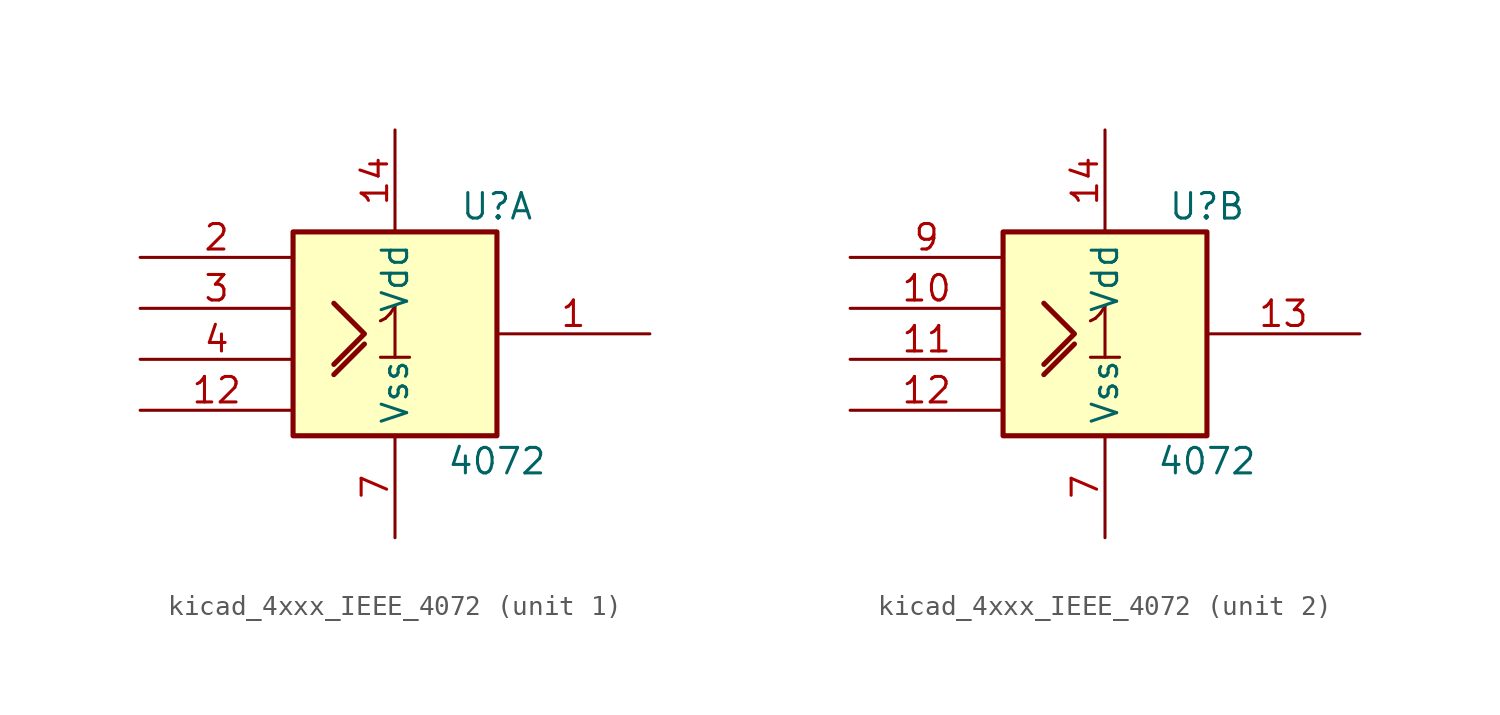
<source format=kicad_sym>
(kicad_symbol_lib
  (version 20220914)
  (generator kicad_symbol_editor)
  (symbol "kicad_4xxx_IEEE_4072"
    (property "Reference" "U"
      (at 5.08 6.35 0)
      (effects (font (size 1.27 1.27))))
    (property "Value" "4072"
      (at 5.08 -6.35 0)
      (effects (font (size 1.27 1.27))))
    (symbol "kicad_4xxx_IEEE_4072_0_0"
      (polyline (pts (xy -3.048 -2.032) (xy -1.524 -0.508) (xy -1.524 -0.508)) (stroke (width 0.254) (type default)) (fill (type background)))
      (polyline (pts (xy -3.048 1.524) (xy -1.524 0) (xy -3.048 -1.524) (xy -3.048 -1.524)) (stroke (width 0.254) (type default)) (fill (type background)))
      (text "1" (at 0 0 0) (effects (font (size 2.54 2.54)))))
    (symbol "kicad_4xxx_IEEE_4072_0_1"
      (rectangle (start -5.08 5.08) (end 5.08 -5.08) (stroke (width 0.254) (type default)) (fill (type background)))
      (pin power_in line (at 0 10.16 270) (length 5.08) (name "Vdd" (effects (font (size 1.27 1.27)))) (number "14" (effects (font (size 1.27 1.27)))))
      (pin power_in line (at 0 -10.16 90) (length 5.08) (name "Vss" (effects (font (size 1.27 1.27)))) (number "7" (effects (font (size 1.27 1.27))))))
    (symbol "kicad_4xxx_IEEE_4072_1_1"
      (pin output line (at 12.7 0 180) (length 7.62) (name "~" (effects (font (size 1.27 1.27)))) (number "1" (effects (font (size 1.27 1.27)))))
      (pin input line (at -12.7 -3.81 0) (length 7.62) (name "~" (effects (font (size 1.27 1.27)))) (number "12" (effects (font (size 1.27 1.27)))))
      (pin input line (at -12.7 3.81 0) (length 7.62) (name "~" (effects (font (size 1.27 1.27)))) (number "2" (effects (font (size 1.27 1.27)))))
      (pin input line (at -12.7 1.27 0) (length 7.62) (name "~" (effects (font (size 1.27 1.27)))) (number "3" (effects (font (size 1.27 1.27)))))
      (pin input line (at -12.7 -1.27 0) (length 7.62) (name "~" (effects (font (size 1.27 1.27)))) (number "4" (effects (font (size 1.27 1.27))))))
    (symbol "kicad_4xxx_IEEE_4072_2_1"
      (pin input line (at -12.7 1.27 0) (length 7.62) (name "~" (effects (font (size 1.27 1.27)))) (number "10" (effects (font (size 1.27 1.27)))))
      (pin input line (at -12.7 -1.27 0) (length 7.62) (name "~" (effects (font (size 1.27 1.27)))) (number "11" (effects (font (size 1.27 1.27)))))
      (pin input line (at -12.7 -3.81 0) (length 7.62) (name "~" (effects (font (size 1.27 1.27)))) (number "12" (effects (font (size 1.27 1.27)))))
      (pin output line (at 12.7 0 180) (length 7.62) (name "~" (effects (font (size 1.27 1.27)))) (number "13" (effects (font (size 1.27 1.27)))))
      (pin input line (at -12.7 3.81 0) (length 7.62) (name "~" (effects (font (size 1.27 1.27)))) (number "9" (effects (font (size 1.27 1.27))))))))
</source>
